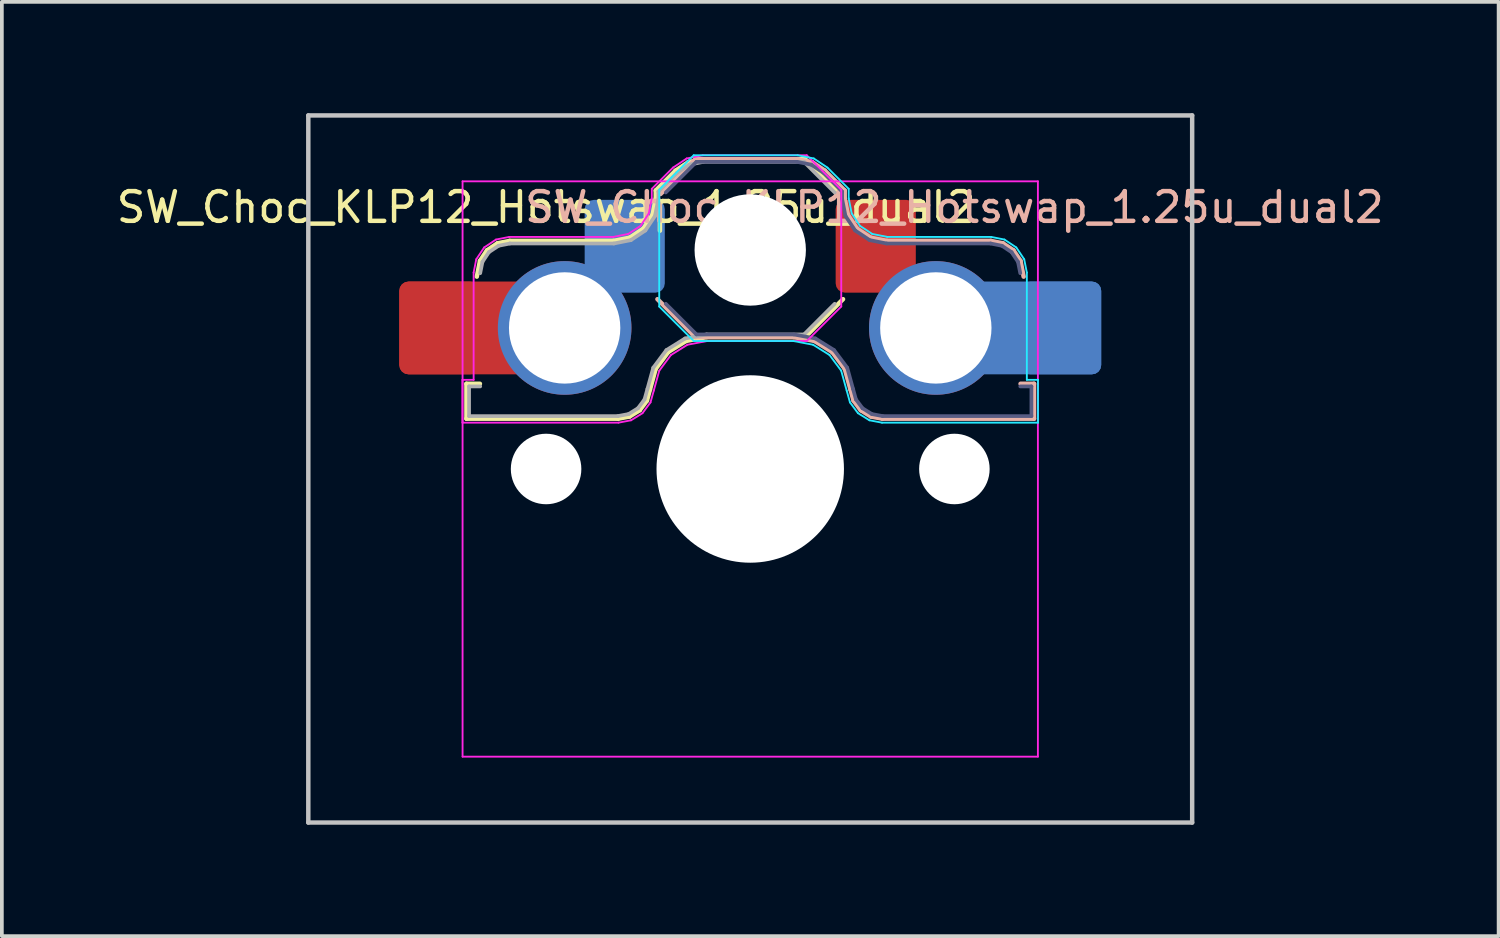
<source format=kicad_pcb>
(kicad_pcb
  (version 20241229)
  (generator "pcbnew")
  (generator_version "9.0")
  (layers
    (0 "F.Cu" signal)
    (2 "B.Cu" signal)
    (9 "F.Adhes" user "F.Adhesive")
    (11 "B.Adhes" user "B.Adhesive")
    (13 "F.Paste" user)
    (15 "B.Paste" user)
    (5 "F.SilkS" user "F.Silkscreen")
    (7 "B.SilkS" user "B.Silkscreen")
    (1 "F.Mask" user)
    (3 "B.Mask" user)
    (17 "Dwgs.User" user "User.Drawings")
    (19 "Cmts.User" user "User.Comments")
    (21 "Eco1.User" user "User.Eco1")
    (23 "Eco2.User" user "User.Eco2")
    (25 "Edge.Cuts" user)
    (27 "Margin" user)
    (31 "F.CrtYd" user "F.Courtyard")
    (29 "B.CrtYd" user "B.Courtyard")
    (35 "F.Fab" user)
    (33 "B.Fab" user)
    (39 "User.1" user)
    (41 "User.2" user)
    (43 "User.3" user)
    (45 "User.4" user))
  (footprint "SW_Choc_KLP12_Hotswap_1.25u_dual2"
    (layer "F.Cu")
    (at 17.162 9.585)
    (property "Reference" "SW_Choc_KLP12_Hotswap_1.25u_dual2" (at 5.5 -7.05 180) (layer "B.SilkS") (effects (font (size 0.8 0.8) (thickness 0.12))))
    (attr smd)
    (fp_line (start -7.646 -2.296) (end -7.646 -1.354) (stroke (width 0.12) (type solid)) (layer "F.SilkS"))
    (fp_line (start -7.646 -1.354) (end -3.56 -1.354) (stroke (width 0.12) (type solid)) (layer "F.SilkS"))
    (fp_line (start -7.283 -2.296) (end -7.646 -2.296) (stroke (width 0.12) (type solid)) (layer "F.SilkS"))
    (fp_line (start -7.281 -5.609) (end -7.366 -5.182) (stroke (width 0.12) (type solid)) (layer "F.SilkS"))
    (fp_line (start -7.092 -5.892) (end -7.281 -5.609) (stroke (width 0.12) (type solid)) (layer "F.SilkS"))
    (fp_line (start -6.809 -6.081) (end -7.092 -5.892) (stroke (width 0.12) (type solid)) (layer "F.SilkS"))
    (fp_line (start -6.482 -6.146) (end -6.809 -6.081) (stroke (width 0.12) (type solid)) (layer "F.SilkS"))
    (fp_line (start -3.682 -6.146) (end -6.482 -6.146) (stroke (width 0.12) (type solid)) (layer "F.SilkS"))
    (fp_line (start -3.56 -1.354) (end -3.25 -1.413) (stroke (width 0.12) (type solid)) (layer "F.SilkS"))
    (fp_line (start -3.25 -1.413) (end -2.976 -1.583) (stroke (width 0.12) (type solid)) (layer "F.SilkS"))
    (fp_line (start -3.244 -6.233) (end -3.682 -6.146) (stroke (width 0.12) (type solid)) (layer "F.SilkS"))
    (fp_line (start -2.976 -1.583) (end -2.783 -1.841) (stroke (width 0.12) (type solid)) (layer "F.SilkS"))
    (fp_line (start -2.877 -6.477) (end -3.244 -6.233) (stroke (width 0.12) (type solid)) (layer "F.SilkS"))
    (fp_line (start -2.783 -1.841) (end -2.701 -2.139) (stroke (width 0.12) (type solid)) (layer "F.SilkS"))
    (fp_line (start -2.701 -2.139) (end -2.547 -2.697) (stroke (width 0.12) (type solid)) (layer "F.SilkS"))
    (fp_line (start -2.633 -6.844) (end -2.877 -6.477) (stroke (width 0.12) (type solid)) (layer "F.SilkS"))
    (fp_line (start -2.547 -2.697) (end -2.209 -3.15) (stroke (width 0.12) (type solid)) (layer "F.SilkS"))
    (fp_line (start -2.546 -7.504) (end -2.546 -7.282) (stroke (width 0.12) (type solid)) (layer "F.SilkS"))
    (fp_line (start -2.546 -7.282) (end -2.633 -6.844) (stroke (width 0.12) (type solid)) (layer "F.SilkS"))
    (fp_line (start -2.209 -3.15) (end -1.73 -3.449) (stroke (width 0.12) (type solid)) (layer "F.SilkS"))
    (fp_line (start -2.013 -8.037) (end -2.546 -7.504) (stroke (width 0.12) (type solid)) (layer "F.SilkS"))
    (fp_line (start -1.73 -3.449) (end -1.168 -3.554) (stroke (width 0.12) (type solid)) (layer "F.SilkS"))
    (fp_line (start -1.671 -8.266) (end -2.013 -8.037) (stroke (width 0.12) (type solid)) (layer "F.SilkS"))
    (fp_line (start -1.268 -8.346) (end -1.671 -8.266) (stroke (width 0.12) (type solid)) (layer "F.SilkS"))
    (fp_line (start -1.168 -3.554) (end 1.479 -3.554) (stroke (width 0.12) (type solid)) (layer "F.SilkS"))
    (fp_line (start 1.479 -8.346) (end -1.268 -8.346) (stroke (width 0.12) (type solid)) (layer "F.SilkS"))
    (fp_line (start 1.479 -3.554) (end 2.5 -4.575) (stroke (width 0.12) (type solid)) (layer "F.SilkS"))
    (fp_line (start 2.416 -7.409) (end 1.479 -8.346) (stroke (width 0.12) (type solid)) (layer "F.SilkS"))
    (fp_line (start -2.416 -7.409) (end -1.479 -8.346) (stroke (width 0.12) (type solid)) (layer "B.SilkS"))
    (fp_line (start -1.479 -8.346) (end 1.268 -8.346) (stroke (width 0.12) (type solid)) (layer "B.SilkS"))
    (fp_line (start -1.479 -3.554) (end -2.5 -4.575) (stroke (width 0.12) (type solid)) (layer "B.SilkS"))
    (fp_line (start 1.168 -3.554) (end -1.479 -3.554) (stroke (width 0.12) (type solid)) (layer "B.SilkS"))
    (fp_line (start 1.268 -8.346) (end 1.671 -8.266) (stroke (width 0.12) (type solid)) (layer "B.SilkS"))
    (fp_line (start 1.671 -8.266) (end 2.013 -8.037) (stroke (width 0.12) (type solid)) (layer "B.SilkS"))
    (fp_line (start 1.73 -3.449) (end 1.168 -3.554) (stroke (width 0.12) (type solid)) (layer "B.SilkS"))
    (fp_line (start 2.013 -8.037) (end 2.546 -7.504) (stroke (width 0.12) (type solid)) (layer "B.SilkS"))
    (fp_line (start 2.209 -3.15) (end 1.73 -3.449) (stroke (width 0.12) (type solid)) (layer "B.SilkS"))
    (fp_line (start 2.546 -7.282) (end 2.633 -6.844) (stroke (width 0.12) (type solid)) (layer "B.SilkS"))
    (fp_line (start 2.546 -7.504) (end 2.546 -7.282) (stroke (width 0.12) (type solid)) (layer "B.SilkS"))
    (fp_line (start 2.547 -2.697) (end 2.209 -3.15) (stroke (width 0.12) (type solid)) (layer "B.SilkS"))
    (fp_line (start 2.633 -6.844) (end 2.877 -6.477) (stroke (width 0.12) (type solid)) (layer "B.SilkS"))
    (fp_line (start 2.701 -2.139) (end 2.547 -2.697) (stroke (width 0.12) (type solid)) (layer "B.SilkS"))
    (fp_line (start 2.783 -1.841) (end 2.701 -2.139) (stroke (width 0.12) (type solid)) (layer "B.SilkS"))
    (fp_line (start 2.877 -6.477) (end 3.244 -6.233) (stroke (width 0.12) (type solid)) (layer "B.SilkS"))
    (fp_line (start 2.976 -1.583) (end 2.783 -1.841) (stroke (width 0.12) (type solid)) (layer "B.SilkS"))
    (fp_line (start 3.244 -6.233) (end 3.682 -6.146) (stroke (width 0.12) (type solid)) (layer "B.SilkS"))
    (fp_line (start 3.25 -1.413) (end 2.976 -1.583) (stroke (width 0.12) (type solid)) (layer "B.SilkS"))
    (fp_line (start 3.56 -1.354) (end 3.25 -1.413) (stroke (width 0.12) (type solid)) (layer "B.SilkS"))
    (fp_line (start 3.682 -6.146) (end 6.482 -6.146) (stroke (width 0.12) (type solid)) (layer "B.SilkS"))
    (fp_line (start 6.482 -6.146) (end 6.809 -6.081) (stroke (width 0.12) (type solid)) (layer "B.SilkS"))
    (fp_line (start 6.809 -6.081) (end 7.092 -5.892) (stroke (width 0.12) (type solid)) (layer "B.SilkS"))
    (fp_line (start 7.092 -5.892) (end 7.281 -5.609) (stroke (width 0.12) (type solid)) (layer "B.SilkS"))
    (fp_line (start 7.281 -5.609) (end 7.366 -5.182) (stroke (width 0.12) (type solid)) (layer "B.SilkS"))
    (fp_line (start 7.283 -2.296) (end 7.646 -2.296) (stroke (width 0.12) (type solid)) (layer "B.SilkS"))
    (fp_line (start 7.646 -2.296) (end 7.646 -1.354) (stroke (width 0.12) (type solid)) (layer "B.SilkS"))
    (fp_line (start 7.646 -1.354) (end 3.56 -1.354) (stroke (width 0.12) (type solid)) (layer "B.SilkS"))
    (fp_line (start -11.906 -9.525) (end -11.906 9.525) (stroke (width 0.12) (type default)) (layer "Dwgs.User"))
    (fp_line (start -11.906 -9.525) (end 11.906 -9.525) (stroke (width 0.12) (type default)) (layer "Dwgs.User"))
    (fp_line (start 11.906 -9.525) (end 11.906 9.525) (stroke (width 0.12) (type default)) (layer "Dwgs.User"))
    (fp_line (start 11.906 9.525) (end -11.906 9.525) (stroke (width 0.12) (type default)) (layer "Dwgs.User"))
    (fp_line (start -2.452 -4.377) (end -2.452 -7.523) (stroke (width 0.05) (type solid)) (layer "B.CrtYd"))
    (fp_line (start -2.452 -7.523) (end -1.523 -8.452) (stroke (width 0.05) (type solid)) (layer "B.CrtYd"))
    (fp_line (start -1.523 -3.448) (end -2.452 -4.377) (stroke (width 0.05) (type solid)) (layer "B.CrtYd"))
    (fp_line (start -1.523 -8.452) (end 1.278 -8.452) (stroke (width 0.05) (type solid)) (layer "B.CrtYd"))
    (fp_line (start 1.159 -3.448) (end -1.523 -3.448) (stroke (width 0.05) (type solid)) (layer "B.CrtYd"))
    (fp_line (start 1.278 -8.452) (end 1.712 -8.366) (stroke (width 0.05) (type solid)) (layer "B.CrtYd"))
    (fp_line (start 1.691 -3.348) (end 1.159 -3.448) (stroke (width 0.05) (type solid)) (layer "B.CrtYd"))
    (fp_line (start 1.712 -8.366) (end 2.081 -8.119) (stroke (width 0.05) (type solid)) (layer "B.CrtYd"))
    (fp_line (start 2.081 -8.119) (end 2.652 -7.548) (stroke (width 0.05) (type solid)) (layer "B.CrtYd"))
    (fp_line (start 2.136 -3.071) (end 1.691 -3.348) (stroke (width 0.05) (type solid)) (layer "B.CrtYd"))
    (fp_line (start 2.45 -2.65) (end 2.136 -3.071) (stroke (width 0.05) (type solid)) (layer "B.CrtYd"))
    (fp_line (start 2.599 -2.111) (end 2.45 -2.65) (stroke (width 0.05) (type solid)) (layer "B.CrtYd"))
    (fp_line (start 2.652 -7.548) (end 2.652 -7.292) (stroke (width 0.05) (type solid)) (layer "B.CrtYd"))
    (fp_line (start 2.652 -7.292) (end 2.733 -6.885) (stroke (width 0.05) (type solid)) (layer "B.CrtYd"))
    (fp_line (start 2.687 -1.794) (end 2.599 -2.111) (stroke (width 0.05) (type solid)) (layer "B.CrtYd"))
    (fp_line (start 2.733 -6.885) (end 2.953 -6.553) (stroke (width 0.05) (type solid)) (layer "B.CrtYd"))
    (fp_line (start 2.903 -1.503) (end 2.687 -1.794) (stroke (width 0.05) (type solid)) (layer "B.CrtYd"))
    (fp_line (start 2.953 -6.553) (end 3.285 -6.333) (stroke (width 0.05) (type solid)) (layer "B.CrtYd"))
    (fp_line (start 3.211 -1.312) (end 2.903 -1.503) (stroke (width 0.05) (type solid)) (layer "B.CrtYd"))
    (fp_line (start 3.285 -6.333) (end 3.692 -6.252) (stroke (width 0.05) (type solid)) (layer "B.CrtYd"))
    (fp_line (start 3.55 -1.248) (end 3.211 -1.312) (stroke (width 0.05) (type solid)) (layer "B.CrtYd"))
    (fp_line (start 3.692 -6.252) (end 6.492 -6.252) (stroke (width 0.05) (type solid)) (layer "B.CrtYd"))
    (fp_line (start 6.492 -6.252) (end 6.85 -6.181) (stroke (width 0.05) (type solid)) (layer "B.CrtYd"))
    (fp_line (start 6.85 -6.181) (end 7.168 -5.968) (stroke (width 0.05) (type solid)) (layer "B.CrtYd"))
    (fp_line (start 7.168 -5.968) (end 7.381 -5.65) (stroke (width 0.05) (type solid)) (layer "B.CrtYd"))
    (fp_line (start 7.381 -5.65) (end 7.452 -5.292) (stroke (width 0.05) (type solid)) (layer "B.CrtYd"))
    (fp_line (start 7.452 -5.292) (end 7.452 -2.402) (stroke (width 0.05) (type solid)) (layer "B.CrtYd"))
    (fp_line (start 7.452 -2.402) (end 7.752 -2.402) (stroke (width 0.05) (type solid)) (layer "B.CrtYd"))
    (fp_line (start 7.752 -2.402) (end 7.752 -1.248) (stroke (width 0.05) (type solid)) (layer "B.CrtYd"))
    (fp_line (start 7.752 -1.248) (end 3.55 -1.248) (stroke (width 0.05) (type solid)) (layer "B.CrtYd"))
    (fp_line (start -7.752 -2.402) (end -7.752 -1.248) (stroke (width 0.05) (type solid)) (layer "F.CrtYd"))
    (fp_line (start -7.752 -1.248) (end -3.55 -1.248) (stroke (width 0.05) (type solid)) (layer "F.CrtYd"))
    (fp_line (start -7.75 -7.75) (end 7.75 -7.75) (stroke (width 0.05) (type default)) (layer "F.CrtYd"))
    (fp_line (start -7.75 7.75) (end -7.75 -7.75) (stroke (width 0.05) (type solid)) (layer "F.CrtYd"))
    (fp_line (start -7.452 -5.292) (end -7.452 -2.402) (stroke (width 0.05) (type solid)) (layer "F.CrtYd"))
    (fp_line (start -7.452 -2.402) (end -7.752 -2.402) (stroke (width 0.05) (type solid)) (layer "F.CrtYd"))
    (fp_line (start -7.381 -5.65) (end -7.452 -5.292) (stroke (width 0.05) (type solid)) (layer "F.CrtYd"))
    (fp_line (start -7.168 -5.968) (end -7.381 -5.65) (stroke (width 0.05) (type solid)) (layer "F.CrtYd"))
    (fp_line (start -6.85 -6.181) (end -7.168 -5.968) (stroke (width 0.05) (type solid)) (layer "F.CrtYd"))
    (fp_line (start -6.492 -6.252) (end -6.85 -6.181) (stroke (width 0.05) (type solid)) (layer "F.CrtYd"))
    (fp_line (start -3.692 -6.252) (end -6.492 -6.252) (stroke (width 0.05) (type solid)) (layer "F.CrtYd"))
    (fp_line (start -3.55 -1.248) (end -3.211 -1.312) (stroke (width 0.05) (type solid)) (layer "F.CrtYd"))
    (fp_line (start -3.285 -6.333) (end -3.692 -6.252) (stroke (width 0.05) (type solid)) (layer "F.CrtYd"))
    (fp_line (start -3.211 -1.312) (end -2.903 -1.503) (stroke (width 0.05) (type solid)) (layer "F.CrtYd"))
    (fp_line (start -2.953 -6.553) (end -3.285 -6.333) (stroke (width 0.05) (type solid)) (layer "F.CrtYd"))
    (fp_line (start -2.903 -1.503) (end -2.687 -1.794) (stroke (width 0.05) (type solid)) (layer "F.CrtYd"))
    (fp_line (start -2.733 -6.885) (end -2.953 -6.553) (stroke (width 0.05) (type solid)) (layer "F.CrtYd"))
    (fp_line (start -2.687 -1.794) (end -2.599 -2.111) (stroke (width 0.05) (type solid)) (layer "F.CrtYd"))
    (fp_line (start -2.652 -7.548) (end -2.652 -7.292) (stroke (width 0.05) (type solid)) (layer "F.CrtYd"))
    (fp_line (start -2.652 -7.292) (end -2.733 -6.885) (stroke (width 0.05) (type solid)) (layer "F.CrtYd"))
    (fp_line (start -2.599 -2.111) (end -2.45 -2.65) (stroke (width 0.05) (type solid)) (layer "F.CrtYd"))
    (fp_line (start -2.45 -2.65) (end -2.136 -3.071) (stroke (width 0.05) (type solid)) (layer "F.CrtYd"))
    (fp_line (start -2.136 -3.071) (end -1.691 -3.348) (stroke (width 0.05) (type solid)) (layer "F.CrtYd"))
    (fp_line (start -2.081 -8.119) (end -2.652 -7.548) (stroke (width 0.05) (type solid)) (layer "F.CrtYd"))
    (fp_line (start -1.712 -8.366) (end -2.081 -8.119) (stroke (width 0.05) (type solid)) (layer "F.CrtYd"))
    (fp_line (start -1.691 -3.348) (end -1.159 -3.448) (stroke (width 0.05) (type solid)) (layer "F.CrtYd"))
    (fp_line (start -1.278 -8.452) (end -1.712 -8.366) (stroke (width 0.05) (type solid)) (layer "F.CrtYd"))
    (fp_line (start -1.159 -3.448) (end 1.523 -3.448) (stroke (width 0.05) (type solid)) (layer "F.CrtYd"))
    (fp_line (start 1.523 -8.452) (end -1.278 -8.452) (stroke (width 0.05) (type solid)) (layer "F.CrtYd"))
    (fp_line (start 1.523 -3.448) (end 2.452 -4.377) (stroke (width 0.05) (type solid)) (layer "F.CrtYd"))
    (fp_line (start 2.452 -7.523) (end 1.523 -8.452) (stroke (width 0.05) (type solid)) (layer "F.CrtYd"))
    (fp_line (start 2.452 -4.377) (end 2.452 -7.523) (stroke (width 0.05) (type solid)) (layer "F.CrtYd"))
    (fp_line (start 7.75 -7.75) (end 7.75 7.75) (stroke (width 0.05) (type solid)) (layer "F.CrtYd"))
    (fp_line (start 7.75 7.75) (end -7.75 7.75) (stroke (width 0.05) (type solid)) (layer "F.CrtYd"))
    (fp_line (start -2.275 -7.45) (end -1.45 -8.275) (stroke (width 0.1) (type solid)) (layer "B.Fab"))
    (fp_line (start -1.45 -8.275) (end 1.261 -8.275) (stroke (width 0.1) (type solid)) (layer "B.Fab"))
    (fp_line (start -1.45 -3.625) (end -2.275 -4.45) (stroke (width 0.1) (type solid)) (layer "B.Fab"))
    (fp_line (start 1.175 -3.625) (end -1.45 -3.625) (stroke (width 0.1) (type solid)) (layer "B.Fab"))
    (fp_line (start 1.261 -8.275) (end 1.643 -8.199) (stroke (width 0.1) (type solid)) (layer "B.Fab"))
    (fp_line (start 1.643 -8.199) (end 1.968 -7.982) (stroke (width 0.1) (type solid)) (layer "B.Fab"))
    (fp_line (start 1.756 -3.516) (end 1.175 -3.625) (stroke (width 0.1) (type solid)) (layer "B.Fab"))
    (fp_line (start 1.968 -7.982) (end 2.475 -7.475) (stroke (width 0.1) (type solid)) (layer "B.Fab"))
    (fp_line (start 2.258 -3.203) (end 1.756 -3.516) (stroke (width 0.1) (type solid)) (layer "B.Fab"))
    (fp_line (start 2.475 -7.475) (end 2.475 -7.275) (stroke (width 0.1) (type solid)) (layer "B.Fab"))
    (fp_line (start 2.475 -7.275) (end 2.566 -6.816) (stroke (width 0.1) (type solid)) (layer "B.Fab"))
    (fp_line (start 2.566 -6.816) (end 2.826 -6.426) (stroke (width 0.1) (type solid)) (layer "B.Fab"))
    (fp_line (start 2.612 -2.729) (end 2.258 -3.203) (stroke (width 0.1) (type solid)) (layer "B.Fab"))
    (fp_line (start 2.769 -2.158) (end 2.612 -2.729) (stroke (width 0.1) (type solid)) (layer "B.Fab"))
    (fp_line (start 2.826 -6.426) (end 3.216 -6.166) (stroke (width 0.1) (type solid)) (layer "B.Fab"))
    (fp_line (start 2.848 -1.873) (end 2.769 -2.158) (stroke (width 0.1) (type solid)) (layer "B.Fab"))
    (fp_line (start 3.025 -1.636) (end 2.848 -1.873) (stroke (width 0.1) (type solid)) (layer "B.Fab"))
    (fp_line (start 3.216 -6.166) (end 3.675 -6.075) (stroke (width 0.1) (type solid)) (layer "B.Fab"))
    (fp_line (start 3.276 -1.48) (end 3.025 -1.636) (stroke (width 0.1) (type solid)) (layer "B.Fab"))
    (fp_line (start 3.567 -1.425) (end 3.276 -1.48) (stroke (width 0.1) (type solid)) (layer "B.Fab"))
    (fp_line (start 3.675 -6.075) (end 6.475 -6.075) (stroke (width 0.1) (type solid)) (layer "B.Fab"))
    (fp_line (start 6.475 -6.075) (end 6.781 -6.014) (stroke (width 0.1) (type solid)) (layer "B.Fab"))
    (fp_line (start 6.781 -6.014) (end 7.041 -5.841) (stroke (width 0.1) (type solid)) (layer "B.Fab"))
    (fp_line (start 7.041 -5.841) (end 7.214 -5.581) (stroke (width 0.1) (type solid)) (layer "B.Fab"))
    (fp_line (start 7.214 -5.581) (end 7.275 -5.275) (stroke (width 0.1) (type solid)) (layer "B.Fab"))
    (fp_line (start 7.275 -2.225) (end 7.575 -2.225) (stroke (width 0.1) (type solid)) (layer "B.Fab"))
    (fp_line (start 7.575 -2.225) (end 7.575 -1.425) (stroke (width 0.1) (type solid)) (layer "B.Fab"))
    (fp_line (start 7.575 -1.425) (end 3.567 -1.425) (stroke (width 0.1) (type solid)) (layer "B.Fab"))
    (fp_line (start -7.575 -2.225) (end -7.575 -1.425) (stroke (width 0.1) (type solid)) (layer "F.Fab"))
    (fp_line (start -7.575 -1.425) (end -3.567 -1.425) (stroke (width 0.1) (type solid)) (layer "F.Fab"))
    (fp_line (start -7.275 -2.225) (end -7.575 -2.225) (stroke (width 0.1) (type solid)) (layer "F.Fab"))
    (fp_line (start -7.214 -5.581) (end -7.275 -5.275) (stroke (width 0.1) (type solid)) (layer "F.Fab"))
    (fp_line (start -7.041 -5.841) (end -7.214 -5.581) (stroke (width 0.1) (type solid)) (layer "F.Fab"))
    (fp_line (start -6.781 -6.014) (end -7.041 -5.841) (stroke (width 0.1) (type solid)) (layer "F.Fab"))
    (fp_line (start -6.475 -6.075) (end -6.781 -6.014) (stroke (width 0.1) (type solid)) (layer "F.Fab"))
    (fp_line (start -3.675 -6.075) (end -6.475 -6.075) (stroke (width 0.1) (type solid)) (layer "F.Fab"))
    (fp_line (start -3.567 -1.425) (end -3.276 -1.48) (stroke (width 0.1) (type solid)) (layer "F.Fab"))
    (fp_line (start -3.276 -1.48) (end -3.025 -1.636) (stroke (width 0.1) (type solid)) (layer "F.Fab"))
    (fp_line (start -3.216 -6.166) (end -3.675 -6.075) (stroke (width 0.1) (type solid)) (layer "F.Fab"))
    (fp_line (start -3.025 -1.636) (end -2.848 -1.873) (stroke (width 0.1) (type solid)) (layer "F.Fab"))
    (fp_line (start -2.848 -1.873) (end -2.769 -2.158) (stroke (width 0.1) (type solid)) (layer "F.Fab"))
    (fp_line (start -2.826 -6.426) (end -3.216 -6.166) (stroke (width 0.1) (type solid)) (layer "F.Fab"))
    (fp_line (start -2.769 -2.158) (end -2.612 -2.729) (stroke (width 0.1) (type solid)) (layer "F.Fab"))
    (fp_line (start -2.612 -2.729) (end -2.258 -3.203) (stroke (width 0.1) (type solid)) (layer "F.Fab"))
    (fp_line (start -2.566 -6.816) (end -2.826 -6.426) (stroke (width 0.1) (type solid)) (layer "F.Fab"))
    (fp_line (start -2.475 -7.475) (end -2.475 -7.275) (stroke (width 0.1) (type solid)) (layer "F.Fab"))
    (fp_line (start -2.475 -7.275) (end -2.566 -6.816) (stroke (width 0.1) (type solid)) (layer "F.Fab"))
    (fp_line (start -2.258 -3.203) (end -1.756 -3.516) (stroke (width 0.1) (type solid)) (layer "F.Fab"))
    (fp_line (start -1.968 -7.982) (end -2.475 -7.475) (stroke (width 0.1) (type solid)) (layer "F.Fab"))
    (fp_line (start -1.756 -3.516) (end -1.175 -3.625) (stroke (width 0.1) (type solid)) (layer "F.Fab"))
    (fp_line (start -1.643 -8.199) (end -1.968 -7.982) (stroke (width 0.1) (type solid)) (layer "F.Fab"))
    (fp_line (start -1.261 -8.275) (end -1.643 -8.199) (stroke (width 0.1) (type solid)) (layer "F.Fab"))
    (fp_line (start -1.175 -3.625) (end 1.45 -3.625) (stroke (width 0.1) (type solid)) (layer "F.Fab"))
    (fp_line (start 1.45 -3.625) (end 2.275 -4.45) (stroke (width 0.1) (type solid)) (layer "F.Fab"))
    (fp_line (start 1.45 -8.275) (end -1.261 -8.275) (stroke (width 0.1) (type solid)) (layer "F.Fab"))
    (fp_line (start 2.275 -7.45) (end 1.45 -8.275) (stroke (width 0.1) (type solid)) (layer "F.Fab"))
    (fp_poly (pts (xy -7.05 -7.05) (xy 7.05 -7.05) (xy 7.05 7.05) (xy -7.05 7.05)) (stroke (width 0.12) (type default)) (fill no) (layer "User.1"))
    (fp_text user "${REFERENCE}" (at -5.5 -7.05 0) (layer "F.SilkS") (effects (font (size 0.8 0.8) (thickness 0.12))))
    (pad "" np_thru_hole circle (at -5.5 0) (size 1.9 1.9) (drill 1.9) (layers "*.Cu" "*.Mask"))
    (pad "" np_thru_hole circle (at 0 -5.9) (size 3 3) (drill 3) (layers "*.Cu" "*.Mask"))
    (pad "" np_thru_hole circle (at 0 0) (size 5.05 5.05) (drill 5.05) (layers "*.Cu" "*.Mask"))
    (pad "" np_thru_hole circle (at 5.5 0) (size 1.9 1.9) (drill 1.9) (layers "*.Cu" "*.Mask"))
    (pad "1" smd roundrect (at 3.381 -6) (size 2.159 2.5) (layers "F.Cu" "F.Mask" "F.Paste") (roundrect_rratio 0.116))
    (pad "1" thru_hole circle (at 5 -3.8) (size 3.6 3.6) (drill 3) (layers "*.Cu" "*.Mask"))
    (pad "1" smd roundrect (at 7.53 -3.8) (size 3.85 2.5) (layers "B.Cu") (roundrect_rratio 0.1))
    (pad "1" smd roundrect (at 8.376 -3.8) (size 2.159 2.5) (layers "B.Cu" "B.Mask" "B.Paste") (roundrect_rratio 0.116))
    (pad "2" smd roundrect (at -8.376 -3.8) (size 2.159 2.5) (layers "F.Cu" "F.Mask" "F.Paste") (roundrect_rratio 0.116))
    (pad "2" smd roundrect (at -7.53 -3.8) (size 3.85 2.5) (layers "F.Cu") (roundrect_rratio 0.1))
    (pad "2" thru_hole circle (at -5 -3.8) (size 3.6 3.6) (drill 3) (layers "*.Cu" "*.Mask"))
    (pad "2" smd roundrect (at -3.381 -6) (size 2.159 2.5) (layers "B.Cu" "B.Mask" "B.Paste") (roundrect_rratio 0.116)))
  (gr_rect
    (start -3 -3)
    (end 37.324 22.17)
    (stroke (width 0.1) (type default))
    (fill no)
    (layer "Edge.Cuts")))
</source>
